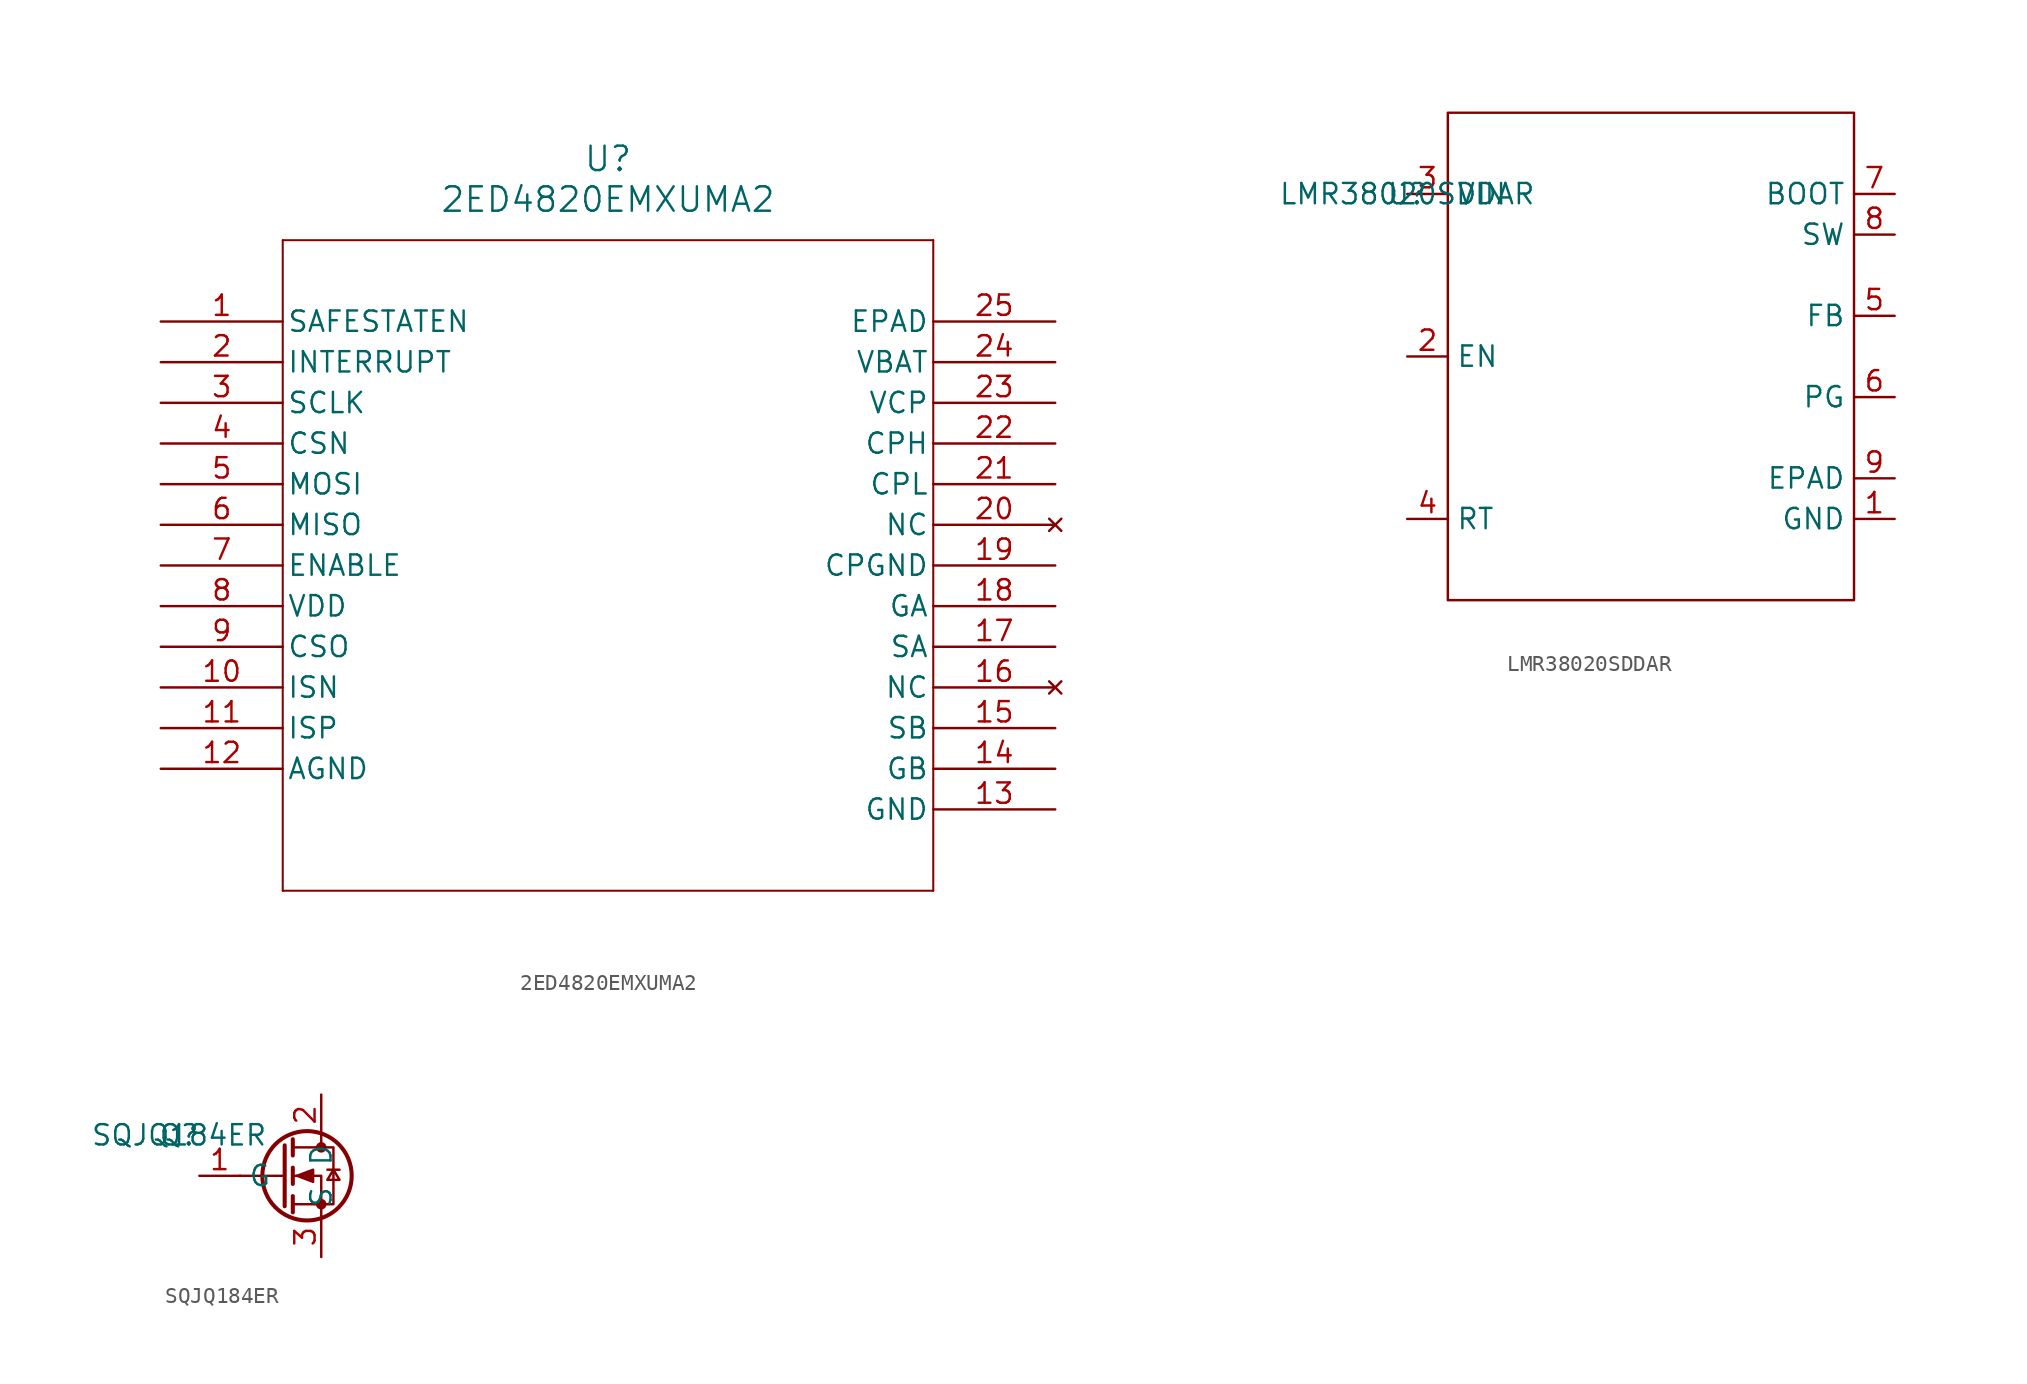
<source format=kicad_sym>
(kicad_symbol_lib
  (version 20241209)
  (generator "kicad_symbol_editor")
  (generator_version "9.0")
  (symbol "2ED4820EMXUMA2"
    (pin_names
      (offset 0.254))
    (property "Reference" "U"
      (at 27.94 10.16 0)
      (effects (font (size 1.524 1.524))))
    (property "Value" "2ED4820EMXUMA2"
      (at 27.94 7.62 0)
      (effects (font (size 1.524 1.524))))
    (property "ki_locked" ""
      (at 0 0 0)
      (effects (font (size 1.27 1.27))))
    (symbol "2ED4820EMXUMA2_0_1"
      (polyline (pts (xy 7.62 5.08) (xy 7.62 -35.56)) (stroke (width 0.127) (type default)) (fill (type none)))
      (polyline (pts (xy 7.62 -35.56) (xy 48.26 -35.56)) (stroke (width 0.127) (type default)) (fill (type none)))
      (polyline (pts (xy 48.26 5.08) (xy 7.62 5.08)) (stroke (width 0.127) (type default)) (fill (type none)))
      (polyline (pts (xy 48.26 -35.56) (xy 48.26 5.08)) (stroke (width 0.127) (type default)) (fill (type none)))
      (pin unspecified line (at 0 0 0) (length 7.62) (name "SAFESTATEN" (effects (font (size 1.27 1.27)))) (number "1" (effects (font (size 1.27 1.27)))))
      (pin output line (at 0 -2.54 0) (length 7.62) (name "INTERRUPT" (effects (font (size 1.27 1.27)))) (number "2" (effects (font (size 1.27 1.27)))))
      (pin input line (at 0 -5.08 0) (length 7.62) (name "SCLK" (effects (font (size 1.27 1.27)))) (number "3" (effects (font (size 1.27 1.27)))))
      (pin unspecified line (at 0 -7.62 0) (length 7.62) (name "CSN" (effects (font (size 1.27 1.27)))) (number "4" (effects (font (size 1.27 1.27)))))
      (pin output line (at 0 -10.16 0) (length 7.62) (name "MOSI" (effects (font (size 1.27 1.27)))) (number "5" (effects (font (size 1.27 1.27)))))
      (pin input line (at 0 -12.7 0) (length 7.62) (name "MISO" (effects (font (size 1.27 1.27)))) (number "6" (effects (font (size 1.27 1.27)))))
      (pin unspecified line (at 0 -15.24 0) (length 7.62) (name "ENABLE" (effects (font (size 1.27 1.27)))) (number "7" (effects (font (size 1.27 1.27)))))
      (pin power_in line (at 0 -17.78 0) (length 7.62) (name "VDD" (effects (font (size 1.27 1.27)))) (number "8" (effects (font (size 1.27 1.27)))))
      (pin output line (at 0 -20.32 0) (length 7.62) (name "CSO" (effects (font (size 1.27 1.27)))) (number "9" (effects (font (size 1.27 1.27)))))
      (pin input line (at 0 -22.86 0) (length 7.62) (name "ISN" (effects (font (size 1.27 1.27)))) (number "10" (effects (font (size 1.27 1.27)))))
      (pin input line (at 0 -25.4 0) (length 7.62) (name "ISP" (effects (font (size 1.27 1.27)))) (number "11" (effects (font (size 1.27 1.27)))))
      (pin power_out line (at 0 -27.94 0) (length 7.62) (name "AGND" (effects (font (size 1.27 1.27)))) (number "12" (effects (font (size 1.27 1.27)))))
      (pin power_out line (at 55.88 0 180) (length 7.62) (name "EPAD" (effects (font (size 1.27 1.27)))) (number "25" (effects (font (size 1.27 1.27)))))
      (pin power_in line (at 55.88 -2.54 180) (length 7.62) (name "VBAT" (effects (font (size 1.27 1.27)))) (number "24" (effects (font (size 1.27 1.27)))))
      (pin power_in line (at 55.88 -5.08 180) (length 7.62) (name "VCP" (effects (font (size 1.27 1.27)))) (number "23" (effects (font (size 1.27 1.27)))))
      (pin unspecified line (at 55.88 -7.62 180) (length 7.62) (name "CPH" (effects (font (size 1.27 1.27)))) (number "22" (effects (font (size 1.27 1.27)))))
      (pin unspecified line (at 55.88 -10.16 180) (length 7.62) (name "CPL" (effects (font (size 1.27 1.27)))) (number "21" (effects (font (size 1.27 1.27)))))
      (pin no_connect line (at 55.88 -12.7 180) (length 7.62) (name "NC" (effects (font (size 1.27 1.27)))) (number "20" (effects (font (size 1.27 1.27)))))
      (pin power_out line (at 55.88 -15.24 180) (length 7.62) (name "CPGND" (effects (font (size 1.27 1.27)))) (number "19" (effects (font (size 1.27 1.27)))))
      (pin unspecified line (at 55.88 -17.78 180) (length 7.62) (name "GA" (effects (font (size 1.27 1.27)))) (number "18" (effects (font (size 1.27 1.27)))))
      (pin unspecified line (at 55.88 -20.32 180) (length 7.62) (name "SA" (effects (font (size 1.27 1.27)))) (number "17" (effects (font (size 1.27 1.27)))))
      (pin no_connect line (at 55.88 -22.86 180) (length 7.62) (name "NC" (effects (font (size 1.27 1.27)))) (number "16" (effects (font (size 1.27 1.27)))))
      (pin unspecified line (at 55.88 -25.4 180) (length 7.62) (name "SB" (effects (font (size 1.27 1.27)))) (number "15" (effects (font (size 1.27 1.27)))))
      (pin unspecified line (at 55.88 -27.94 180) (length 7.62) (name "GB" (effects (font (size 1.27 1.27)))) (number "14" (effects (font (size 1.27 1.27)))))
      (pin power_out line (at 55.88 -30.48 180) (length 7.62) (name "GND" (effects (font (size 1.27 1.27)))) (number "13" (effects (font (size 1.27 1.27)))))))
  (symbol "LMR38020SDDAR"
    (property "Reference" "U"
      (at 0 0 0)
      (effects (font (size 1.27 1.27))))
    (property "Value" "LMR38020SDDAR"
      (at 0 0 0)
      (effects (font (size 1.27 1.27))))
    (symbol "LMR38020SDDAR_0_1"
      (rectangle (start 2.54 5.08) (end 27.94 -25.4) (stroke (width 0) (type default)) (fill (type none))))
    (symbol "LMR38020SDDAR_1_1"
      (pin power_in line (at 0 0 0) (length 2.54) (name "VIN" (effects (font (size 1.27 1.27)))) (number "3" (effects (font (size 1.27 1.27)))))
      (pin input line (at 0 -10.16 0) (length 2.54) (name "EN" (effects (font (size 1.27 1.27)))) (number "2" (effects (font (size 1.27 1.27)))))
      (pin passive line (at 0 -20.32 0) (length 2.54) (name "RT" (effects (font (size 1.27 1.27)))) (number "4" (effects (font (size 1.27 1.27)))))
      (pin passive line (at 30.48 0 180) (length 2.54) (name "BOOT" (effects (font (size 1.27 1.27)))) (number "7" (effects (font (size 1.27 1.27)))))
      (pin passive line (at 30.48 -2.54 180) (length 2.54) (name "SW" (effects (font (size 1.27 1.27)))) (number "8" (effects (font (size 1.27 1.27)))))
      (pin passive line (at 30.48 -7.62 180) (length 2.54) (name "FB" (effects (font (size 1.27 1.27)))) (number "5" (effects (font (size 1.27 1.27)))))
      (pin passive line (at 30.48 -12.7 180) (length 2.54) (name "PG" (effects (font (size 1.27 1.27)))) (number "6" (effects (font (size 1.27 1.27)))))
      (pin passive line (at 30.48 -17.78 180) (length 2.54) (name "EPAD" (effects (font (size 1.27 1.27)))) (number "9" (effects (font (size 1.27 1.27)))))
      (pin power_in line (at 30.48 -20.32 180) (length 2.54) (name "GND" (effects (font (size 1.27 1.27)))) (number "1" (effects (font (size 1.27 1.27)))))))
  (symbol "SQJQ184ER"
    (property "Reference" "Q"
      (at 0 0 0)
      (effects (font (size 1.27 1.27))))
    (property "Value" "SQJQ184ER"
      (at 0 0 0)
      (effects (font (size 1.27 1.27))))
    (symbol "SQJQ184ER_0_1"
      (polyline (pts (xy 6.604 -0.635) (xy 6.604 -4.445)) (stroke (width 0.254) (type default)) (fill (type none)))
      (polyline (pts (xy 6.604 -2.54) (xy 3.81 -2.54)) (stroke (width 0) (type default)) (fill (type none)))
      (polyline (pts (xy 7.112 -0.254) (xy 7.112 -1.27)) (stroke (width 0.254) (type default)) (fill (type none)))
      (polyline (pts (xy 7.112 -2.032) (xy 7.112 -3.048)) (stroke (width 0.254) (type default)) (fill (type none)))
      (polyline (pts (xy 7.112 -3.81) (xy 7.112 -4.826)) (stroke (width 0.254) (type default)) (fill (type none)))
      (polyline (pts (xy 7.112 -4.318) (xy 9.652 -4.318) (xy 9.652 -0.762) (xy 7.112 -0.762)) (stroke (width 0) (type default)) (fill (type none)))
      (polyline (pts (xy 7.366 -2.54) (xy 8.382 -2.159) (xy 8.382 -2.921) (xy 7.366 -2.54)) (stroke (width 0) (type default)) (fill (type outline)))
      (circle (center 8.001 -2.54) (radius 2.794) (stroke (width 0.254) (type default)) (fill (type none)))
      (polyline (pts (xy 8.89 0) (xy 8.89 -0.762)) (stroke (width 0) (type default)) (fill (type none)))
      (circle (center 8.89 -0.762) (radius 0.254) (stroke (width 0) (type default)) (fill (type outline)))
      (circle (center 8.89 -4.318) (radius 0.254) (stroke (width 0) (type default)) (fill (type outline)))
      (polyline (pts (xy 8.89 -5.08) (xy 8.89 -2.54) (xy 7.112 -2.54)) (stroke (width 0) (type default)) (fill (type none)))
      (polyline (pts (xy 9.271 -2.159) (xy 10.033 -2.159)) (stroke (width 0) (type default)) (fill (type none)))
      (polyline (pts (xy 9.652 -2.159) (xy 9.271 -2.794) (xy 10.033 -2.794) (xy 9.652 -2.159)) (stroke (width 0) (type default)) (fill (type none))))
    (symbol "SQJQ184ER_1_1"
      (pin input line (at 1.27 -2.54 0) (length 2.54) (name "G" (effects (font (size 1.27 1.27)))) (number "1" (effects (font (size 1.27 1.27)))))
      (pin passive line (at 8.89 2.54 270) (length 2.54) (name "D" (effects (font (size 1.27 1.27)))) (number "2" (effects (font (size 1.27 1.27)))))
      (pin passive line (at 8.89 -7.62 90) (length 2.54) (name "S" (effects (font (size 1.27 1.27)))) (number "3" (effects (font (size 1.27 1.27))))))))
</source>
